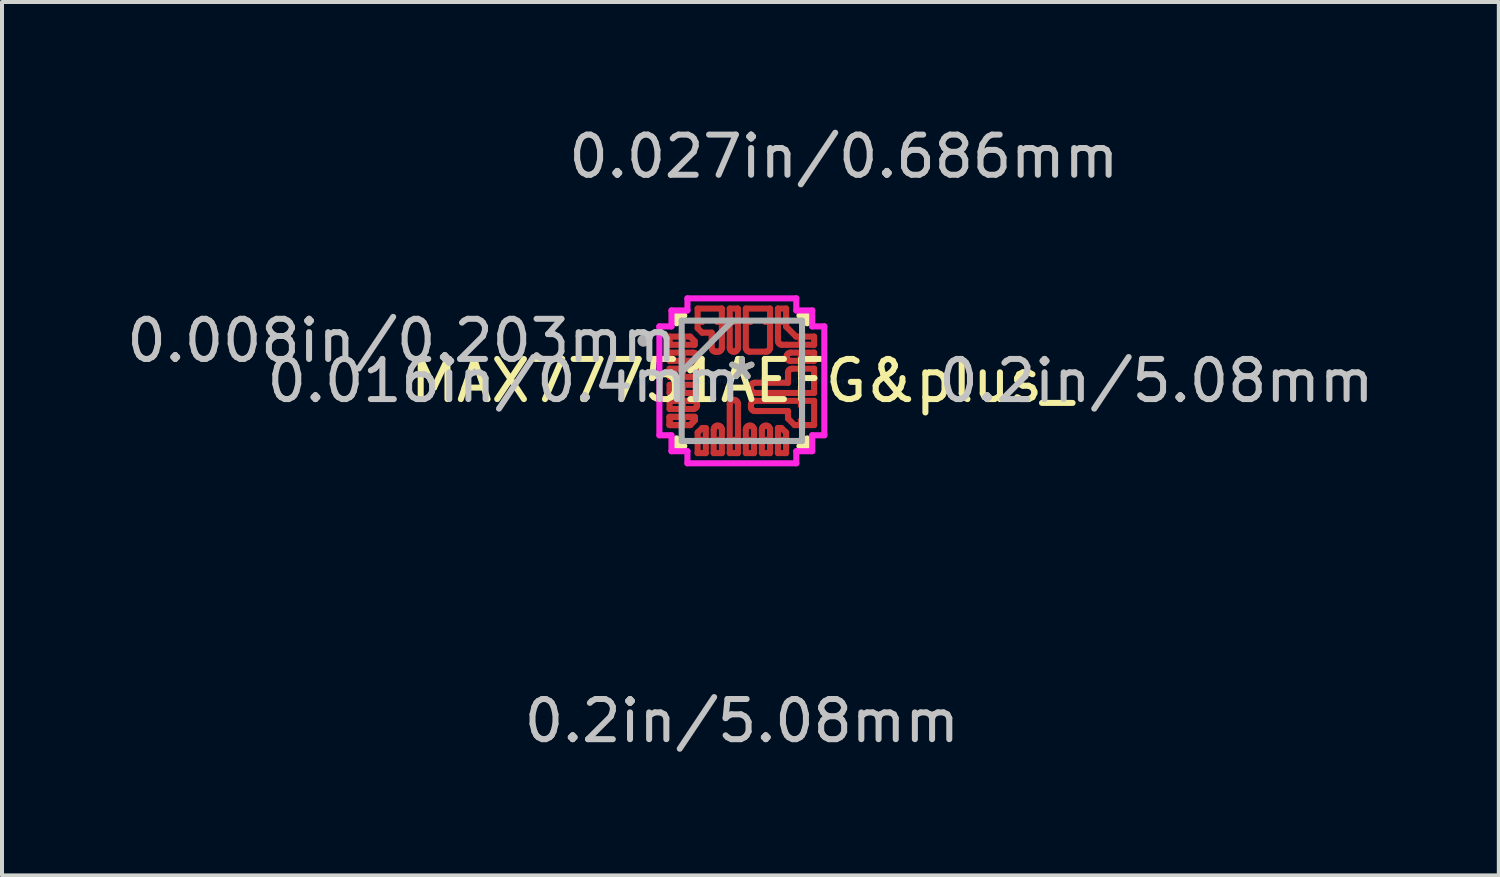
<source format=kicad_pcb>
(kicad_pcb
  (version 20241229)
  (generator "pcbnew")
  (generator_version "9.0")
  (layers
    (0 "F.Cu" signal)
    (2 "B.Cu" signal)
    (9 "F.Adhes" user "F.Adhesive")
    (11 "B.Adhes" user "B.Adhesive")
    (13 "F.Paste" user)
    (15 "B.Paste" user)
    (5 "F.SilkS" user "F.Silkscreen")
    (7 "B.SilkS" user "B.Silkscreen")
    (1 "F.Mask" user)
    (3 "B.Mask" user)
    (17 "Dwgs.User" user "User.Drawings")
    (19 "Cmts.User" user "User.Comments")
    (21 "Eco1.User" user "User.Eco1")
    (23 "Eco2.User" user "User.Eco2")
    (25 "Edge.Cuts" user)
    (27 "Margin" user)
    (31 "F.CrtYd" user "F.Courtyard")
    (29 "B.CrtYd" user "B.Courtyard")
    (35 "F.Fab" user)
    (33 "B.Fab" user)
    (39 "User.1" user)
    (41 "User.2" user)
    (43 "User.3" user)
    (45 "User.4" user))
  (footprint "MAX77751AEFG&plus_"
    (layer "F.Cu")
    (at 15.429 6.436)
    (property "Reference" "MAX77751AEFG&plus_" (at 0 0 0) (layer "F.SilkS") (effects (font (size 1 1) (thickness 0.15))))
    (attr through_hole)
    (fp_line (start -1.8 -1.102) (end -1.8 -0.898) (stroke (width 0.152) (type solid)) (layer "F.Cu"))
    (fp_line (start -1.8 -0.898) (end -1.175 -0.898) (stroke (width 0.152) (type solid)) (layer "F.Cu"))
    (fp_line (start -1.8 -0.702) (end -1.8 -0.498) (stroke (width 0.152) (type solid)) (layer "F.Cu"))
    (fp_line (start -1.8 -0.498) (end -1.216 -0.498) (stroke (width 0.152) (type solid)) (layer "F.Cu"))
    (fp_line (start -1.8 -0.302) (end -1.8 -0.098) (stroke (width 0.152) (type solid)) (layer "F.Cu"))
    (fp_line (start -1.8 -0.098) (end -1.216 -0.098) (stroke (width 0.152) (type solid)) (layer "F.Cu"))
    (fp_line (start -1.8 0.098) (end -1.8 0.302) (stroke (width 0.152) (type solid)) (layer "F.Cu"))
    (fp_line (start -1.8 0.302) (end -1.216 0.302) (stroke (width 0.152) (type solid)) (layer "F.Cu"))
    (fp_line (start -1.8 0.498) (end -1.8 0.702) (stroke (width 0.152) (type solid)) (layer "F.Cu"))
    (fp_line (start -1.8 0.702) (end -1.216 0.702) (stroke (width 0.152) (type solid)) (layer "F.Cu"))
    (fp_line (start -1.8 0.898) (end -1.175 0.898) (stroke (width 0.152) (type solid)) (layer "F.Cu"))
    (fp_line (start -1.8 0.898) (end -1.175 0.898) (stroke (width 0.152) (type solid)) (layer "F.Cu"))
    (fp_line (start -1.8 1.102) (end -1.8 0.898) (stroke (width 0.152) (type solid)) (layer "F.Cu"))
    (fp_line (start -1.8 1.102) (end -1.8 0.898) (stroke (width 0.152) (type solid)) (layer "F.Cu"))
    (fp_line (start -1.287 -1.102) (end -1.8 -1.102) (stroke (width 0.152) (type solid)) (layer "F.Cu"))
    (fp_line (start -1.287 1.102) (end -1.8 1.102) (stroke (width 0.152) (type solid)) (layer "F.Cu"))
    (fp_line (start -1.287 1.102) (end -1.8 1.102) (stroke (width 0.152) (type solid)) (layer "F.Cu"))
    (fp_line (start -1.216 -0.702) (end -1.8 -0.702) (stroke (width 0.152) (type solid)) (layer "F.Cu"))
    (fp_line (start -1.216 -0.498) (end -1.177 -0.506) (stroke (width 0.152) (type solid)) (layer "F.Cu"))
    (fp_line (start -1.216 -0.302) (end -1.8 -0.302) (stroke (width 0.152) (type solid)) (layer "F.Cu"))
    (fp_line (start -1.216 -0.098) (end -1.177 -0.106) (stroke (width 0.152) (type solid)) (layer "F.Cu"))
    (fp_line (start -1.216 0.098) (end -1.8 0.098) (stroke (width 0.152) (type solid)) (layer "F.Cu"))
    (fp_line (start -1.216 0.302) (end -1.177 0.294) (stroke (width 0.152) (type solid)) (layer "F.Cu"))
    (fp_line (start -1.216 0.498) (end -1.8 0.498) (stroke (width 0.152) (type solid)) (layer "F.Cu"))
    (fp_line (start -1.216 0.702) (end -1.177 0.694) (stroke (width 0.152) (type solid)) (layer "F.Cu"))
    (fp_line (start -1.177 -0.694) (end -1.216 -0.702) (stroke (width 0.152) (type solid)) (layer "F.Cu"))
    (fp_line (start -1.177 -0.506) (end -1.144 -0.528) (stroke (width 0.152) (type solid)) (layer "F.Cu"))
    (fp_line (start -1.177 -0.294) (end -1.216 -0.302) (stroke (width 0.152) (type solid)) (layer "F.Cu"))
    (fp_line (start -1.177 -0.106) (end -1.144 -0.128) (stroke (width 0.152) (type solid)) (layer "F.Cu"))
    (fp_line (start -1.177 0.106) (end -1.216 0.098) (stroke (width 0.152) (type solid)) (layer "F.Cu"))
    (fp_line (start -1.177 0.294) (end -1.144 0.272) (stroke (width 0.152) (type solid)) (layer "F.Cu"))
    (fp_line (start -1.177 0.506) (end -1.216 0.498) (stroke (width 0.152) (type solid)) (layer "F.Cu"))
    (fp_line (start -1.177 0.694) (end -1.144 0.672) (stroke (width 0.152) (type solid)) (layer "F.Cu"))
    (fp_line (start -1.175 -0.986) (end -1.287 -1.102) (stroke (width 0.152) (type solid)) (layer "F.Cu"))
    (fp_line (start -1.175 -0.898) (end -1.175 -0.986) (stroke (width 0.152) (type solid)) (layer "F.Cu"))
    (fp_line (start -1.175 0.898) (end -1.175 0.986) (stroke (width 0.152) (type solid)) (layer "F.Cu"))
    (fp_line (start -1.175 0.898) (end -1.175 0.986) (stroke (width 0.152) (type solid)) (layer "F.Cu"))
    (fp_line (start -1.175 0.986) (end -1.287 1.102) (stroke (width 0.152) (type solid)) (layer "F.Cu"))
    (fp_line (start -1.175 0.986) (end -1.287 1.102) (stroke (width 0.152) (type solid)) (layer "F.Cu"))
    (fp_line (start -1.144 -0.672) (end -1.177 -0.694) (stroke (width 0.152) (type solid)) (layer "F.Cu"))
    (fp_line (start -1.144 -0.528) (end -1.122 -0.561) (stroke (width 0.152) (type solid)) (layer "F.Cu"))
    (fp_line (start -1.144 -0.272) (end -1.177 -0.294) (stroke (width 0.152) (type solid)) (layer "F.Cu"))
    (fp_line (start -1.144 -0.128) (end -1.122 -0.161) (stroke (width 0.152) (type solid)) (layer "F.Cu"))
    (fp_line (start -1.144 0.128) (end -1.177 0.106) (stroke (width 0.152) (type solid)) (layer "F.Cu"))
    (fp_line (start -1.144 0.272) (end -1.122 0.239) (stroke (width 0.152) (type solid)) (layer "F.Cu"))
    (fp_line (start -1.144 0.528) (end -1.177 0.506) (stroke (width 0.152) (type solid)) (layer "F.Cu"))
    (fp_line (start -1.144 0.672) (end -1.122 0.639) (stroke (width 0.152) (type solid)) (layer "F.Cu"))
    (fp_line (start -1.122 -0.639) (end -1.144 -0.672) (stroke (width 0.152) (type solid)) (layer "F.Cu"))
    (fp_line (start -1.122 -0.561) (end -1.115 -0.6) (stroke (width 0.152) (type solid)) (layer "F.Cu"))
    (fp_line (start -1.122 -0.239) (end -1.144 -0.272) (stroke (width 0.152) (type solid)) (layer "F.Cu"))
    (fp_line (start -1.122 -0.161) (end -1.115 -0.2) (stroke (width 0.152) (type solid)) (layer "F.Cu"))
    (fp_line (start -1.122 0.161) (end -1.144 0.128) (stroke (width 0.152) (type solid)) (layer "F.Cu"))
    (fp_line (start -1.122 0.239) (end -1.115 0.2) (stroke (width 0.152) (type solid)) (layer "F.Cu"))
    (fp_line (start -1.122 0.561) (end -1.144 0.528) (stroke (width 0.152) (type solid)) (layer "F.Cu"))
    (fp_line (start -1.122 0.639) (end -1.115 0.6) (stroke (width 0.152) (type solid)) (layer "F.Cu"))
    (fp_line (start -1.115 -0.6) (end -1.122 -0.639) (stroke (width 0.152) (type solid)) (layer "F.Cu"))
    (fp_line (start -1.115 -0.2) (end -1.122 -0.239) (stroke (width 0.152) (type solid)) (layer "F.Cu"))
    (fp_line (start -1.115 0.2) (end -1.122 0.161) (stroke (width 0.152) (type solid)) (layer "F.Cu"))
    (fp_line (start -1.115 0.6) (end -1.122 0.561) (stroke (width 0.152) (type solid)) (layer "F.Cu"))
    (fp_line (start -1.102 -1.8) (end -0.498 -1.8) (stroke (width 0.152) (type solid)) (layer "F.Cu"))
    (fp_line (start -1.102 -1.312) (end -1.102 -1.8) (stroke (width 0.152) (type solid)) (layer "F.Cu"))
    (fp_line (start -1.102 1.287) (end -1.102 1.8) (stroke (width 0.152) (type solid)) (layer "F.Cu"))
    (fp_line (start -1.102 1.8) (end -0.898 1.8) (stroke (width 0.152) (type solid)) (layer "F.Cu"))
    (fp_line (start -0.99 -1.2) (end -1.102 -1.312) (stroke (width 0.152) (type solid)) (layer "F.Cu"))
    (fp_line (start -0.986 1.175) (end -1.102 1.287) (stroke (width 0.152) (type solid)) (layer "F.Cu"))
    (fp_line (start -0.898 1.175) (end -0.986 1.175) (stroke (width 0.152) (type solid)) (layer "F.Cu"))
    (fp_line (start -0.898 1.8) (end -0.898 1.175) (stroke (width 0.152) (type solid)) (layer "F.Cu"))
    (fp_line (start -0.753 -0.827) (end -0.752 -1.2) (stroke (width 0.152) (type solid)) (layer "F.Cu"))
    (fp_line (start -0.752 -1.2) (end -0.99 -1.2) (stroke (width 0.152) (type solid)) (layer "F.Cu"))
    (fp_line (start -0.745 -0.788) (end -0.753 -0.827) (stroke (width 0.152) (type solid)) (layer "F.Cu"))
    (fp_line (start -0.723 -0.755) (end -0.745 -0.788) (stroke (width 0.152) (type solid)) (layer "F.Cu"))
    (fp_line (start -0.702 1.216) (end -0.702 1.8) (stroke (width 0.152) (type solid)) (layer "F.Cu"))
    (fp_line (start -0.702 1.8) (end -0.498 1.8) (stroke (width 0.152) (type solid)) (layer "F.Cu"))
    (fp_line (start -0.694 1.177) (end -0.702 1.216) (stroke (width 0.152) (type solid)) (layer "F.Cu"))
    (fp_line (start -0.69 -0.733) (end -0.723 -0.755) (stroke (width 0.152) (type solid)) (layer "F.Cu"))
    (fp_line (start -0.672 1.144) (end -0.694 1.177) (stroke (width 0.152) (type solid)) (layer "F.Cu"))
    (fp_line (start -0.651 -0.726) (end -0.69 -0.733) (stroke (width 0.152) (type solid)) (layer "F.Cu"))
    (fp_line (start -0.639 1.122) (end -0.672 1.144) (stroke (width 0.152) (type solid)) (layer "F.Cu"))
    (fp_line (start -0.6 -0.726) (end -0.651 -0.726) (stroke (width 0.152) (type solid)) (layer "F.Cu"))
    (fp_line (start -0.6 1.115) (end -0.639 1.122) (stroke (width 0.152) (type solid)) (layer "F.Cu"))
    (fp_line (start -0.561 -0.733) (end -0.6 -0.726) (stroke (width 0.152) (type solid)) (layer "F.Cu"))
    (fp_line (start -0.561 1.122) (end -0.6 1.115) (stroke (width 0.152) (type solid)) (layer "F.Cu"))
    (fp_line (start -0.528 -0.755) (end -0.561 -0.733) (stroke (width 0.152) (type solid)) (layer "F.Cu"))
    (fp_line (start -0.528 1.144) (end -0.561 1.122) (stroke (width 0.152) (type solid)) (layer "F.Cu"))
    (fp_line (start -0.506 -0.788) (end -0.528 -0.755) (stroke (width 0.152) (type solid)) (layer "F.Cu"))
    (fp_line (start -0.506 1.177) (end -0.528 1.144) (stroke (width 0.152) (type solid)) (layer "F.Cu"))
    (fp_line (start -0.498 -1.8) (end -0.498 -0.827) (stroke (width 0.152) (type solid)) (layer "F.Cu"))
    (fp_line (start -0.498 -0.827) (end -0.506 -0.788) (stroke (width 0.152) (type solid)) (layer "F.Cu"))
    (fp_line (start -0.498 1.216) (end -0.506 1.177) (stroke (width 0.152) (type solid)) (layer "F.Cu"))
    (fp_line (start -0.498 1.8) (end -0.498 1.216) (stroke (width 0.152) (type solid)) (layer "F.Cu"))
    (fp_line (start -0.302 -1.8) (end -0.302 -0.827) (stroke (width 0.152) (type solid)) (layer "F.Cu"))
    (fp_line (start -0.302 -0.827) (end -0.294 -0.788) (stroke (width 0.152) (type solid)) (layer "F.Cu"))
    (fp_line (start -0.302 0.576) (end -0.302 1.8) (stroke (width 0.152) (type solid)) (layer "F.Cu"))
    (fp_line (start -0.302 1.8) (end -0.098 1.8) (stroke (width 0.152) (type solid)) (layer "F.Cu"))
    (fp_line (start -0.294 -0.788) (end -0.272 -0.755) (stroke (width 0.152) (type solid)) (layer "F.Cu"))
    (fp_line (start -0.294 0.537) (end -0.302 0.576) (stroke (width 0.152) (type solid)) (layer "F.Cu"))
    (fp_line (start -0.272 -0.755) (end -0.239 -0.733) (stroke (width 0.152) (type solid)) (layer "F.Cu"))
    (fp_line (start -0.272 0.504) (end -0.294 0.537) (stroke (width 0.152) (type solid)) (layer "F.Cu"))
    (fp_line (start -0.239 -0.733) (end -0.2 -0.726) (stroke (width 0.152) (type solid)) (layer "F.Cu"))
    (fp_line (start -0.239 0.482) (end -0.272 0.504) (stroke (width 0.152) (type solid)) (layer "F.Cu"))
    (fp_line (start -0.2 -0.726) (end -0.161 -0.733) (stroke (width 0.152) (type solid)) (layer "F.Cu"))
    (fp_line (start -0.2 0.474) (end -0.239 0.482) (stroke (width 0.152) (type solid)) (layer "F.Cu"))
    (fp_line (start -0.161 -0.733) (end -0.128 -0.755) (stroke (width 0.152) (type solid)) (layer "F.Cu"))
    (fp_line (start -0.161 0.482) (end -0.2 0.474) (stroke (width 0.152) (type solid)) (layer "F.Cu"))
    (fp_line (start -0.128 -0.755) (end -0.106 -0.788) (stroke (width 0.152) (type solid)) (layer "F.Cu"))
    (fp_line (start -0.128 0.504) (end -0.161 0.482) (stroke (width 0.152) (type solid)) (layer "F.Cu"))
    (fp_line (start -0.106 -0.788) (end -0.098 -0.827) (stroke (width 0.152) (type solid)) (layer "F.Cu"))
    (fp_line (start -0.106 0.537) (end -0.128 0.504) (stroke (width 0.152) (type solid)) (layer "F.Cu"))
    (fp_line (start -0.098 -1.8) (end -0.302 -1.8) (stroke (width 0.152) (type solid)) (layer "F.Cu"))
    (fp_line (start -0.098 -0.827) (end -0.098 -1.8) (stroke (width 0.152) (type solid)) (layer "F.Cu"))
    (fp_line (start -0.098 0.576) (end -0.106 0.537) (stroke (width 0.152) (type solid)) (layer "F.Cu"))
    (fp_line (start -0.098 1.8) (end -0.098 0.576) (stroke (width 0.152) (type solid)) (layer "F.Cu"))
    (fp_line (start 0.098 -1.8) (end 0.702 -1.8) (stroke (width 0.152) (type solid)) (layer "F.Cu"))
    (fp_line (start 0.098 -0.827) (end 0.098 -1.8) (stroke (width 0.152) (type solid)) (layer "F.Cu"))
    (fp_line (start 0.098 1.216) (end 0.098 1.8) (stroke (width 0.152) (type solid)) (layer "F.Cu"))
    (fp_line (start 0.098 1.8) (end 0.302 1.8) (stroke (width 0.152) (type solid)) (layer "F.Cu"))
    (fp_line (start 0.106 -0.788) (end 0.098 -0.827) (stroke (width 0.152) (type solid)) (layer "F.Cu"))
    (fp_line (start 0.106 1.177) (end 0.098 1.216) (stroke (width 0.152) (type solid)) (layer "F.Cu"))
    (fp_line (start 0.128 -0.755) (end 0.106 -0.788) (stroke (width 0.152) (type solid)) (layer "F.Cu"))
    (fp_line (start 0.128 1.144) (end 0.106 1.177) (stroke (width 0.152) (type solid)) (layer "F.Cu"))
    (fp_line (start 0.161 -0.733) (end 0.128 -0.755) (stroke (width 0.152) (type solid)) (layer "F.Cu"))
    (fp_line (start 0.161 1.122) (end 0.128 1.144) (stroke (width 0.152) (type solid)) (layer "F.Cu"))
    (fp_line (start 0.2 -0.726) (end 0.161 -0.733) (stroke (width 0.152) (type solid)) (layer "F.Cu"))
    (fp_line (start 0.2 1.115) (end 0.161 1.122) (stroke (width 0.152) (type solid)) (layer "F.Cu"))
    (fp_line (start 0.226 0.149) (end 0.233 0.11) (stroke (width 0.152) (type solid)) (layer "F.Cu"))
    (fp_line (start 0.226 0.2) (end 0.226 0.149) (stroke (width 0.152) (type solid)) (layer "F.Cu"))
    (fp_line (start 0.226 0.6) (end 0.226 0.651) (stroke (width 0.152) (type solid)) (layer "F.Cu"))
    (fp_line (start 0.226 0.651) (end 0.233 0.69) (stroke (width 0.152) (type solid)) (layer "F.Cu"))
    (fp_line (start 0.233 0.11) (end 0.255 0.077) (stroke (width 0.152) (type solid)) (layer "F.Cu"))
    (fp_line (start 0.233 0.239) (end 0.226 0.2) (stroke (width 0.152) (type solid)) (layer "F.Cu"))
    (fp_line (start 0.233 0.561) (end 0.226 0.6) (stroke (width 0.152) (type solid)) (layer "F.Cu"))
    (fp_line (start 0.233 0.69) (end 0.255 0.723) (stroke (width 0.152) (type solid)) (layer "F.Cu"))
    (fp_line (start 0.239 1.122) (end 0.2 1.115) (stroke (width 0.152) (type solid)) (layer "F.Cu"))
    (fp_line (start 0.255 0.077) (end 0.288 0.055) (stroke (width 0.152) (type solid)) (layer "F.Cu"))
    (fp_line (start 0.255 0.272) (end 0.233 0.239) (stroke (width 0.152) (type solid)) (layer "F.Cu"))
    (fp_line (start 0.255 0.528) (end 0.233 0.561) (stroke (width 0.152) (type solid)) (layer "F.Cu"))
    (fp_line (start 0.255 0.723) (end 0.288 0.745) (stroke (width 0.152) (type solid)) (layer "F.Cu"))
    (fp_line (start 0.272 1.144) (end 0.239 1.122) (stroke (width 0.152) (type solid)) (layer "F.Cu"))
    (fp_line (start 0.288 0.055) (end 0.327 0.047) (stroke (width 0.152) (type solid)) (layer "F.Cu"))
    (fp_line (start 0.288 0.294) (end 0.255 0.272) (stroke (width 0.152) (type solid)) (layer "F.Cu"))
    (fp_line (start 0.288 0.506) (end 0.255 0.528) (stroke (width 0.152) (type solid)) (layer "F.Cu"))
    (fp_line (start 0.288 0.745) (end 0.327 0.753) (stroke (width 0.152) (type solid)) (layer "F.Cu"))
    (fp_line (start 0.294 1.177) (end 0.272 1.144) (stroke (width 0.152) (type solid)) (layer "F.Cu"))
    (fp_line (start 0.302 1.216) (end 0.294 1.177) (stroke (width 0.152) (type solid)) (layer "F.Cu"))
    (fp_line (start 0.302 1.8) (end 0.302 1.216) (stroke (width 0.152) (type solid)) (layer "F.Cu"))
    (fp_line (start 0.327 0.047) (end 1.15 0.048) (stroke (width 0.152) (type solid)) (layer "F.Cu"))
    (fp_line (start 0.327 0.302) (end 0.288 0.294) (stroke (width 0.152) (type solid)) (layer "F.Cu"))
    (fp_line (start 0.327 0.498) (end 0.288 0.506) (stroke (width 0.152) (type solid)) (layer "F.Cu"))
    (fp_line (start 0.327 0.753) (end 1.15 0.752) (stroke (width 0.152) (type solid)) (layer "F.Cu"))
    (fp_line (start 0.498 1.216) (end 0.498 1.8) (stroke (width 0.152) (type solid)) (layer "F.Cu"))
    (fp_line (start 0.498 1.8) (end 0.702 1.8) (stroke (width 0.152) (type solid)) (layer "F.Cu"))
    (fp_line (start 0.506 1.177) (end 0.498 1.216) (stroke (width 0.152) (type solid)) (layer "F.Cu"))
    (fp_line (start 0.528 1.144) (end 0.506 1.177) (stroke (width 0.152) (type solid)) (layer "F.Cu"))
    (fp_line (start 0.561 1.122) (end 0.528 1.144) (stroke (width 0.152) (type solid)) (layer "F.Cu"))
    (fp_line (start 0.6 -0.726) (end 0.2 -0.726) (stroke (width 0.152) (type solid)) (layer "F.Cu"))
    (fp_line (start 0.6 1.115) (end 0.561 1.122) (stroke (width 0.152) (type solid)) (layer "F.Cu"))
    (fp_line (start 0.639 -0.733) (end 0.6 -0.726) (stroke (width 0.152) (type solid)) (layer "F.Cu"))
    (fp_line (start 0.639 1.122) (end 0.6 1.115) (stroke (width 0.152) (type solid)) (layer "F.Cu"))
    (fp_line (start 0.672 -0.755) (end 0.639 -0.733) (stroke (width 0.152) (type solid)) (layer "F.Cu"))
    (fp_line (start 0.672 1.144) (end 0.639 1.122) (stroke (width 0.152) (type solid)) (layer "F.Cu"))
    (fp_line (start 0.694 -0.788) (end 0.672 -0.755) (stroke (width 0.152) (type solid)) (layer "F.Cu"))
    (fp_line (start 0.694 1.177) (end 0.672 1.144) (stroke (width 0.152) (type solid)) (layer "F.Cu"))
    (fp_line (start 0.702 -1.8) (end 0.702 -0.827) (stroke (width 0.152) (type solid)) (layer "F.Cu"))
    (fp_line (start 0.702 -0.827) (end 0.694 -0.788) (stroke (width 0.152) (type solid)) (layer "F.Cu"))
    (fp_line (start 0.702 1.216) (end 0.694 1.177) (stroke (width 0.152) (type solid)) (layer "F.Cu"))
    (fp_line (start 0.702 1.8) (end 0.702 1.216) (stroke (width 0.152) (type solid)) (layer "F.Cu"))
    (fp_line (start 0.898 -1.8) (end 1.102 -1.8) (stroke (width 0.152) (type solid)) (layer "F.Cu"))
    (fp_line (start 0.898 -1.114) (end 0.898 -1.8) (stroke (width 0.152) (type solid)) (layer "F.Cu"))
    (fp_line (start 0.898 1.175) (end 0.986 1.175) (stroke (width 0.152) (type solid)) (layer "F.Cu"))
    (fp_line (start 0.898 1.8) (end 0.898 1.175) (stroke (width 0.152) (type solid)) (layer "F.Cu"))
    (fp_line (start 0.899 -1) (end 0.898 -1.114) (stroke (width 0.152) (type solid)) (layer "F.Cu"))
    (fp_line (start 0.907 -0.961) (end 0.899 -1) (stroke (width 0.152) (type solid)) (layer "F.Cu"))
    (fp_line (start 0.929 -0.928) (end 0.907 -0.961) (stroke (width 0.152) (type solid)) (layer "F.Cu"))
    (fp_line (start 0.962 -0.906) (end 0.929 -0.928) (stroke (width 0.152) (type solid)) (layer "F.Cu"))
    (fp_line (start 0.986 1.175) (end 1.102 1.287) (stroke (width 0.152) (type solid)) (layer "F.Cu"))
    (fp_line (start 1.001 -0.898) (end 0.962 -0.906) (stroke (width 0.152) (type solid)) (layer "F.Cu"))
    (fp_line (start 1.102 -1.8) (end 1.102 -1.35) (stroke (width 0.152) (type solid)) (layer "F.Cu"))
    (fp_line (start 1.102 -1.35) (end 1.35 -1.102) (stroke (width 0.152) (type solid)) (layer "F.Cu"))
    (fp_line (start 1.102 1.287) (end 1.102 1.8) (stroke (width 0.152) (type solid)) (layer "F.Cu"))
    (fp_line (start 1.102 1.8) (end 0.898 1.8) (stroke (width 0.152) (type solid)) (layer "F.Cu"))
    (fp_line (start 1.114 -0.898) (end 1.001 -0.898) (stroke (width 0.152) (type solid)) (layer "F.Cu"))
    (fp_line (start 1.115 -0.6) (end 1.122 -0.561) (stroke (width 0.152) (type solid)) (layer "F.Cu"))
    (fp_line (start 1.122 -0.639) (end 1.115 -0.6) (stroke (width 0.152) (type solid)) (layer "F.Cu"))
    (fp_line (start 1.122 -0.561) (end 1.144 -0.528) (stroke (width 0.152) (type solid)) (layer "F.Cu"))
    (fp_line (start 1.144 -0.672) (end 1.122 -0.639) (stroke (width 0.152) (type solid)) (layer "F.Cu"))
    (fp_line (start 1.144 -0.528) (end 1.177 -0.506) (stroke (width 0.152) (type solid)) (layer "F.Cu"))
    (fp_line (start 1.149 -0.2) (end 1.157 -0.239) (stroke (width 0.152) (type solid)) (layer "F.Cu"))
    (fp_line (start 1.15 0.048) (end 1.149 -0.2) (stroke (width 0.152) (type solid)) (layer "F.Cu"))
    (fp_line (start 1.15 0.752) (end 1.15 0.94) (stroke (width 0.152) (type solid)) (layer "F.Cu"))
    (fp_line (start 1.15 0.94) (end 1.312 1.102) (stroke (width 0.152) (type solid)) (layer "F.Cu"))
    (fp_line (start 1.157 -0.239) (end 1.179 -0.272) (stroke (width 0.152) (type solid)) (layer "F.Cu"))
    (fp_line (start 1.177 -0.694) (end 1.144 -0.672) (stroke (width 0.152) (type solid)) (layer "F.Cu"))
    (fp_line (start 1.177 -0.506) (end 1.216 -0.498) (stroke (width 0.152) (type solid)) (layer "F.Cu"))
    (fp_line (start 1.179 -0.272) (end 1.212 -0.294) (stroke (width 0.152) (type solid)) (layer "F.Cu"))
    (fp_line (start 1.212 -0.294) (end 1.251 -0.302) (stroke (width 0.152) (type solid)) (layer "F.Cu"))
    (fp_line (start 1.216 -0.702) (end 1.177 -0.694) (stroke (width 0.152) (type solid)) (layer "F.Cu"))
    (fp_line (start 1.216 -0.498) (end 1.8 -0.498) (stroke (width 0.152) (type solid)) (layer "F.Cu"))
    (fp_line (start 1.251 -0.302) (end 1.8 -0.302) (stroke (width 0.152) (type solid)) (layer "F.Cu"))
    (fp_line (start 1.312 1.102) (end 1.8 1.102) (stroke (width 0.152) (type solid)) (layer "F.Cu"))
    (fp_line (start 1.35 -1.102) (end 1.8 -1.102) (stroke (width 0.152) (type solid)) (layer "F.Cu"))
    (fp_line (start 1.8 -1.102) (end 1.8 -0.898) (stroke (width 0.152) (type solid)) (layer "F.Cu"))
    (fp_line (start 1.8 -0.898) (end 1.114 -0.898) (stroke (width 0.152) (type solid)) (layer "F.Cu"))
    (fp_line (start 1.8 -0.702) (end 1.216 -0.702) (stroke (width 0.152) (type solid)) (layer "F.Cu"))
    (fp_line (start 1.8 -0.498) (end 1.8 -0.702) (stroke (width 0.152) (type solid)) (layer "F.Cu"))
    (fp_line (start 1.8 -0.302) (end 1.8 0.302) (stroke (width 0.152) (type solid)) (layer "F.Cu"))
    (fp_line (start 1.8 0.302) (end 0.327 0.302) (stroke (width 0.152) (type solid)) (layer "F.Cu"))
    (fp_line (start 1.8 0.498) (end 0.327 0.498) (stroke (width 0.152) (type solid)) (layer "F.Cu"))
    (fp_line (start 1.8 1.102) (end 1.8 0.498) (stroke (width 0.152) (type solid)) (layer "F.Cu"))
    (fp_line (start -1.8 -1.102) (end -1.8 -0.898) (stroke (width 0.152) (type solid)) (layer "F.Mask"))
    (fp_line (start -1.8 -0.898) (end -1.175 -0.898) (stroke (width 0.152) (type solid)) (layer "F.Mask"))
    (fp_line (start -1.8 -0.702) (end -1.8 -0.498) (stroke (width 0.152) (type solid)) (layer "F.Mask"))
    (fp_line (start -1.8 -0.498) (end -1.216 -0.498) (stroke (width 0.152) (type solid)) (layer "F.Mask"))
    (fp_line (start -1.8 -0.302) (end -1.8 -0.098) (stroke (width 0.152) (type solid)) (layer "F.Mask"))
    (fp_line (start -1.8 -0.098) (end -1.216 -0.098) (stroke (width 0.152) (type solid)) (layer "F.Mask"))
    (fp_line (start -1.8 0.098) (end -1.8 0.302) (stroke (width 0.152) (type solid)) (layer "F.Mask"))
    (fp_line (start -1.8 0.302) (end -1.216 0.302) (stroke (width 0.152) (type solid)) (layer "F.Mask"))
    (fp_line (start -1.8 0.498) (end -1.8 0.702) (stroke (width 0.152) (type solid)) (layer "F.Mask"))
    (fp_line (start -1.8 0.702) (end -1.216 0.702) (stroke (width 0.152) (type solid)) (layer "F.Mask"))
    (fp_line (start -1.8 0.898) (end -1.175 0.898) (stroke (width 0.152) (type solid)) (layer "F.Mask"))
    (fp_line (start -1.8 1.102) (end -1.8 0.898) (stroke (width 0.152) (type solid)) (layer "F.Mask"))
    (fp_line (start -1.287 -1.102) (end -1.8 -1.102) (stroke (width 0.152) (type solid)) (layer "F.Mask"))
    (fp_line (start -1.287 1.102) (end -1.8 1.102) (stroke (width 0.152) (type solid)) (layer "F.Mask"))
    (fp_line (start -1.216 -0.702) (end -1.8 -0.702) (stroke (width 0.152) (type solid)) (layer "F.Mask"))
    (fp_line (start -1.216 -0.498) (end -1.177 -0.506) (stroke (width 0.152) (type solid)) (layer "F.Mask"))
    (fp_line (start -1.216 -0.302) (end -1.8 -0.302) (stroke (width 0.152) (type solid)) (layer "F.Mask"))
    (fp_line (start -1.216 -0.098) (end -1.177 -0.106) (stroke (width 0.152) (type solid)) (layer "F.Mask"))
    (fp_line (start -1.216 0.098) (end -1.8 0.098) (stroke (width 0.152) (type solid)) (layer "F.Mask"))
    (fp_line (start -1.216 0.302) (end -1.177 0.294) (stroke (width 0.152) (type solid)) (layer "F.Mask"))
    (fp_line (start -1.216 0.498) (end -1.8 0.498) (stroke (width 0.152) (type solid)) (layer "F.Mask"))
    (fp_line (start -1.216 0.702) (end -1.177 0.694) (stroke (width 0.152) (type solid)) (layer "F.Mask"))
    (fp_line (start -1.177 -0.694) (end -1.216 -0.702) (stroke (width 0.152) (type solid)) (layer "F.Mask"))
    (fp_line (start -1.177 -0.506) (end -1.144 -0.528) (stroke (width 0.152) (type solid)) (layer "F.Mask"))
    (fp_line (start -1.177 -0.294) (end -1.216 -0.302) (stroke (width 0.152) (type solid)) (layer "F.Mask"))
    (fp_line (start -1.177 -0.106) (end -1.144 -0.128) (stroke (width 0.152) (type solid)) (layer "F.Mask"))
    (fp_line (start -1.177 0.106) (end -1.216 0.098) (stroke (width 0.152) (type solid)) (layer "F.Mask"))
    (fp_line (start -1.177 0.294) (end -1.144 0.272) (stroke (width 0.152) (type solid)) (layer "F.Mask"))
    (fp_line (start -1.177 0.506) (end -1.216 0.498) (stroke (width 0.152) (type solid)) (layer "F.Mask"))
    (fp_line (start -1.177 0.694) (end -1.144 0.672) (stroke (width 0.152) (type solid)) (layer "F.Mask"))
    (fp_line (start -1.175 -0.986) (end -1.287 -1.102) (stroke (width 0.152) (type solid)) (layer "F.Mask"))
    (fp_line (start -1.175 -0.898) (end -1.175 -0.986) (stroke (width 0.152) (type solid)) (layer "F.Mask"))
    (fp_line (start -1.175 0.898) (end -1.175 0.986) (stroke (width 0.152) (type solid)) (layer "F.Mask"))
    (fp_line (start -1.175 0.986) (end -1.287 1.102) (stroke (width 0.152) (type solid)) (layer "F.Mask"))
    (fp_line (start -1.144 -0.672) (end -1.177 -0.694) (stroke (width 0.152) (type solid)) (layer "F.Mask"))
    (fp_line (start -1.144 -0.528) (end -1.122 -0.561) (stroke (width 0.152) (type solid)) (layer "F.Mask"))
    (fp_line (start -1.144 -0.272) (end -1.177 -0.294) (stroke (width 0.152) (type solid)) (layer "F.Mask"))
    (fp_line (start -1.144 -0.128) (end -1.122 -0.161) (stroke (width 0.152) (type solid)) (layer "F.Mask"))
    (fp_line (start -1.144 0.128) (end -1.177 0.106) (stroke (width 0.152) (type solid)) (layer "F.Mask"))
    (fp_line (start -1.144 0.272) (end -1.122 0.239) (stroke (width 0.152) (type solid)) (layer "F.Mask"))
    (fp_line (start -1.144 0.528) (end -1.177 0.506) (stroke (width 0.152) (type solid)) (layer "F.Mask"))
    (fp_line (start -1.144 0.672) (end -1.122 0.639) (stroke (width 0.152) (type solid)) (layer "F.Mask"))
    (fp_line (start -1.122 -0.639) (end -1.144 -0.672) (stroke (width 0.152) (type solid)) (layer "F.Mask"))
    (fp_line (start -1.122 -0.561) (end -1.115 -0.6) (stroke (width 0.152) (type solid)) (layer "F.Mask"))
    (fp_line (start -1.122 -0.239) (end -1.144 -0.272) (stroke (width 0.152) (type solid)) (layer "F.Mask"))
    (fp_line (start -1.122 -0.161) (end -1.115 -0.2) (stroke (width 0.152) (type solid)) (layer "F.Mask"))
    (fp_line (start -1.122 0.161) (end -1.144 0.128) (stroke (width 0.152) (type solid)) (layer "F.Mask"))
    (fp_line (start -1.122 0.239) (end -1.115 0.2) (stroke (width 0.152) (type solid)) (layer "F.Mask"))
    (fp_line (start -1.122 0.561) (end -1.144 0.528) (stroke (width 0.152) (type solid)) (layer "F.Mask"))
    (fp_line (start -1.122 0.639) (end -1.115 0.6) (stroke (width 0.152) (type solid)) (layer "F.Mask"))
    (fp_line (start -1.115 -0.6) (end -1.122 -0.639) (stroke (width 0.152) (type solid)) (layer "F.Mask"))
    (fp_line (start -1.115 -0.2) (end -1.122 -0.239) (stroke (width 0.152) (type solid)) (layer "F.Mask"))
    (fp_line (start -1.115 0.2) (end -1.122 0.161) (stroke (width 0.152) (type solid)) (layer "F.Mask"))
    (fp_line (start -1.115 0.6) (end -1.122 0.561) (stroke (width 0.152) (type solid)) (layer "F.Mask"))
    (fp_line (start -1.102 -1.8) (end -0.498 -1.8) (stroke (width 0.152) (type solid)) (layer "F.Mask"))
    (fp_line (start -1.102 -1.312) (end -1.102 -1.8) (stroke (width 0.152) (type solid)) (layer "F.Mask"))
    (fp_line (start -1.102 1.287) (end -1.102 1.8) (stroke (width 0.152) (type solid)) (layer "F.Mask"))
    (fp_line (start -1.102 1.8) (end -0.898 1.8) (stroke (width 0.152) (type solid)) (layer "F.Mask"))
    (fp_line (start -0.99 -1.2) (end -1.102 -1.312) (stroke (width 0.152) (type solid)) (layer "F.Mask"))
    (fp_line (start -0.986 1.175) (end -1.102 1.287) (stroke (width 0.152) (type solid)) (layer "F.Mask"))
    (fp_line (start -0.898 1.175) (end -0.986 1.175) (stroke (width 0.152) (type solid)) (layer "F.Mask"))
    (fp_line (start -0.898 1.8) (end -0.898 1.175) (stroke (width 0.152) (type solid)) (layer "F.Mask"))
    (fp_line (start -0.753 -0.827) (end -0.752 -1.2) (stroke (width 0.152) (type solid)) (layer "F.Mask"))
    (fp_line (start -0.752 -1.2) (end -0.99 -1.2) (stroke (width 0.152) (type solid)) (layer "F.Mask"))
    (fp_line (start -0.745 -0.788) (end -0.753 -0.827) (stroke (width 0.152) (type solid)) (layer "F.Mask"))
    (fp_line (start -0.723 -0.755) (end -0.745 -0.788) (stroke (width 0.152) (type solid)) (layer "F.Mask"))
    (fp_line (start -0.702 1.216) (end -0.702 1.8) (stroke (width 0.152) (type solid)) (layer "F.Mask"))
    (fp_line (start -0.702 1.8) (end -0.498 1.8) (stroke (width 0.152) (type solid)) (layer "F.Mask"))
    (fp_line (start -0.694 1.177) (end -0.702 1.216) (stroke (width 0.152) (type solid)) (layer "F.Mask"))
    (fp_line (start -0.69 -0.733) (end -0.723 -0.755) (stroke (width 0.152) (type solid)) (layer "F.Mask"))
    (fp_line (start -0.672 1.144) (end -0.694 1.177) (stroke (width 0.152) (type solid)) (layer "F.Mask"))
    (fp_line (start -0.651 -0.726) (end -0.69 -0.733) (stroke (width 0.152) (type solid)) (layer "F.Mask"))
    (fp_line (start -0.639 1.122) (end -0.672 1.144) (stroke (width 0.152) (type solid)) (layer "F.Mask"))
    (fp_line (start -0.6 -0.726) (end -0.651 -0.726) (stroke (width 0.152) (type solid)) (layer "F.Mask"))
    (fp_line (start -0.6 1.115) (end -0.639 1.122) (stroke (width 0.152) (type solid)) (layer "F.Mask"))
    (fp_line (start -0.561 -0.733) (end -0.6 -0.726) (stroke (width 0.152) (type solid)) (layer "F.Mask"))
    (fp_line (start -0.561 1.122) (end -0.6 1.115) (stroke (width 0.152) (type solid)) (layer "F.Mask"))
    (fp_line (start -0.528 -0.755) (end -0.561 -0.733) (stroke (width 0.152) (type solid)) (layer "F.Mask"))
    (fp_line (start -0.528 1.144) (end -0.561 1.122) (stroke (width 0.152) (type solid)) (layer "F.Mask"))
    (fp_line (start -0.506 -0.788) (end -0.528 -0.755) (stroke (width 0.152) (type solid)) (layer "F.Mask"))
    (fp_line (start -0.506 1.177) (end -0.528 1.144) (stroke (width 0.152) (type solid)) (layer "F.Mask"))
    (fp_line (start -0.498 -1.8) (end -0.498 -0.827) (stroke (width 0.152) (type solid)) (layer "F.Mask"))
    (fp_line (start -0.498 -0.827) (end -0.506 -0.788) (stroke (width 0.152) (type solid)) (layer "F.Mask"))
    (fp_line (start -0.498 1.216) (end -0.506 1.177) (stroke (width 0.152) (type solid)) (layer "F.Mask"))
    (fp_line (start -0.498 1.8) (end -0.498 1.216) (stroke (width 0.152) (type solid)) (layer "F.Mask"))
    (fp_line (start -0.302 -1.8) (end -0.302 -0.827) (stroke (width 0.152) (type solid)) (layer "F.Mask"))
    (fp_line (start -0.302 -0.827) (end -0.294 -0.788) (stroke (width 0.152) (type solid)) (layer "F.Mask"))
    (fp_line (start -0.302 0.576) (end -0.302 1.8) (stroke (width 0.152) (type solid)) (layer "F.Mask"))
    (fp_line (start -0.302 1.8) (end -0.098 1.8) (stroke (width 0.152) (type solid)) (layer "F.Mask"))
    (fp_line (start -0.294 -0.788) (end -0.272 -0.755) (stroke (width 0.152) (type solid)) (layer "F.Mask"))
    (fp_line (start -0.294 0.537) (end -0.302 0.576) (stroke (width 0.152) (type solid)) (layer "F.Mask"))
    (fp_line (start -0.272 -0.755) (end -0.239 -0.733) (stroke (width 0.152) (type solid)) (layer "F.Mask"))
    (fp_line (start -0.272 0.504) (end -0.294 0.537) (stroke (width 0.152) (type solid)) (layer "F.Mask"))
    (fp_line (start -0.239 -0.733) (end -0.2 -0.726) (stroke (width 0.152) (type solid)) (layer "F.Mask"))
    (fp_line (start -0.239 0.482) (end -0.272 0.504) (stroke (width 0.152) (type solid)) (layer "F.Mask"))
    (fp_line (start -0.2 -0.726) (end -0.161 -0.733) (stroke (width 0.152) (type solid)) (layer "F.Mask"))
    (fp_line (start -0.2 0.474) (end -0.239 0.482) (stroke (width 0.152) (type solid)) (layer "F.Mask"))
    (fp_line (start -0.161 -0.733) (end -0.128 -0.755) (stroke (width 0.152) (type solid)) (layer "F.Mask"))
    (fp_line (start -0.161 0.482) (end -0.2 0.474) (stroke (width 0.152) (type solid)) (layer "F.Mask"))
    (fp_line (start -0.128 -0.755) (end -0.106 -0.788) (stroke (width 0.152) (type solid)) (layer "F.Mask"))
    (fp_line (start -0.128 0.504) (end -0.161 0.482) (stroke (width 0.152) (type solid)) (layer "F.Mask"))
    (fp_line (start -0.106 -0.788) (end -0.098 -0.827) (stroke (width 0.152) (type solid)) (layer "F.Mask"))
    (fp_line (start -0.106 0.537) (end -0.128 0.504) (stroke (width 0.152) (type solid)) (layer "F.Mask"))
    (fp_line (start -0.098 -1.8) (end -0.302 -1.8) (stroke (width 0.152) (type solid)) (layer "F.Mask"))
    (fp_line (start -0.098 -0.827) (end -0.098 -1.8) (stroke (width 0.152) (type solid)) (layer "F.Mask"))
    (fp_line (start -0.098 0.576) (end -0.106 0.537) (stroke (width 0.152) (type solid)) (layer "F.Mask"))
    (fp_line (start -0.098 1.8) (end -0.098 0.576) (stroke (width 0.152) (type solid)) (layer "F.Mask"))
    (fp_line (start 0.098 -1.8) (end 0.702 -1.8) (stroke (width 0.152) (type solid)) (layer "F.Mask"))
    (fp_line (start 0.098 -0.827) (end 0.098 -1.8) (stroke (width 0.152) (type solid)) (layer "F.Mask"))
    (fp_line (start 0.098 1.216) (end 0.098 1.8) (stroke (width 0.152) (type solid)) (layer "F.Mask"))
    (fp_line (start 0.098 1.8) (end 0.302 1.8) (stroke (width 0.152) (type solid)) (layer "F.Mask"))
    (fp_line (start 0.106 -0.788) (end 0.098 -0.827) (stroke (width 0.152) (type solid)) (layer "F.Mask"))
    (fp_line (start 0.106 1.177) (end 0.098 1.216) (stroke (width 0.152) (type solid)) (layer "F.Mask"))
    (fp_line (start 0.128 -0.755) (end 0.106 -0.788) (stroke (width 0.152) (type solid)) (layer "F.Mask"))
    (fp_line (start 0.128 1.144) (end 0.106 1.177) (stroke (width 0.152) (type solid)) (layer "F.Mask"))
    (fp_line (start 0.161 -0.733) (end 0.128 -0.755) (stroke (width 0.152) (type solid)) (layer "F.Mask"))
    (fp_line (start 0.161 1.122) (end 0.128 1.144) (stroke (width 0.152) (type solid)) (layer "F.Mask"))
    (fp_line (start 0.2 -0.726) (end 0.161 -0.733) (stroke (width 0.152) (type solid)) (layer "F.Mask"))
    (fp_line (start 0.2 1.115) (end 0.161 1.122) (stroke (width 0.152) (type solid)) (layer "F.Mask"))
    (fp_line (start 0.226 0.149) (end 0.233 0.11) (stroke (width 0.152) (type solid)) (layer "F.Mask"))
    (fp_line (start 0.226 0.2) (end 0.226 0.149) (stroke (width 0.152) (type solid)) (layer "F.Mask"))
    (fp_line (start 0.226 0.6) (end 0.226 0.651) (stroke (width 0.152) (type solid)) (layer "F.Mask"))
    (fp_line (start 0.226 0.651) (end 0.233 0.69) (stroke (width 0.152) (type solid)) (layer "F.Mask"))
    (fp_line (start 0.233 0.11) (end 0.255 0.077) (stroke (width 0.152) (type solid)) (layer "F.Mask"))
    (fp_line (start 0.233 0.239) (end 0.226 0.2) (stroke (width 0.152) (type solid)) (layer "F.Mask"))
    (fp_line (start 0.233 0.561) (end 0.226 0.6) (stroke (width 0.152) (type solid)) (layer "F.Mask"))
    (fp_line (start 0.233 0.69) (end 0.255 0.723) (stroke (width 0.152) (type solid)) (layer "F.Mask"))
    (fp_line (start 0.239 1.122) (end 0.2 1.115) (stroke (width 0.152) (type solid)) (layer "F.Mask"))
    (fp_line (start 0.255 0.077) (end 0.288 0.055) (stroke (width 0.152) (type solid)) (layer "F.Mask"))
    (fp_line (start 0.255 0.272) (end 0.233 0.239) (stroke (width 0.152) (type solid)) (layer "F.Mask"))
    (fp_line (start 0.255 0.528) (end 0.233 0.561) (stroke (width 0.152) (type solid)) (layer "F.Mask"))
    (fp_line (start 0.255 0.723) (end 0.288 0.745) (stroke (width 0.152) (type solid)) (layer "F.Mask"))
    (fp_line (start 0.272 1.144) (end 0.239 1.122) (stroke (width 0.152) (type solid)) (layer "F.Mask"))
    (fp_line (start 0.288 0.055) (end 0.327 0.047) (stroke (width 0.152) (type solid)) (layer "F.Mask"))
    (fp_line (start 0.288 0.294) (end 0.255 0.272) (stroke (width 0.152) (type solid)) (layer "F.Mask"))
    (fp_line (start 0.288 0.506) (end 0.255 0.528) (stroke (width 0.152) (type solid)) (layer "F.Mask"))
    (fp_line (start 0.288 0.745) (end 0.327 0.753) (stroke (width 0.152) (type solid)) (layer "F.Mask"))
    (fp_line (start 0.294 1.177) (end 0.272 1.144) (stroke (width 0.152) (type solid)) (layer "F.Mask"))
    (fp_line (start 0.302 1.216) (end 0.294 1.177) (stroke (width 0.152) (type solid)) (layer "F.Mask"))
    (fp_line (start 0.302 1.8) (end 0.302 1.216) (stroke (width 0.152) (type solid)) (layer "F.Mask"))
    (fp_line (start 0.327 0.047) (end 1.15 0.048) (stroke (width 0.152) (type solid)) (layer "F.Mask"))
    (fp_line (start 0.327 0.302) (end 0.288 0.294) (stroke (width 0.152) (type solid)) (layer "F.Mask"))
    (fp_line (start 0.327 0.498) (end 0.288 0.506) (stroke (width 0.152) (type solid)) (layer "F.Mask"))
    (fp_line (start 0.327 0.753) (end 1.15 0.752) (stroke (width 0.152) (type solid)) (layer "F.Mask"))
    (fp_line (start 0.498 1.216) (end 0.498 1.8) (stroke (width 0.152) (type solid)) (layer "F.Mask"))
    (fp_line (start 0.498 1.8) (end 0.702 1.8) (stroke (width 0.152) (type solid)) (layer "F.Mask"))
    (fp_line (start 0.506 1.177) (end 0.498 1.216) (stroke (width 0.152) (type solid)) (layer "F.Mask"))
    (fp_line (start 0.528 1.144) (end 0.506 1.177) (stroke (width 0.152) (type solid)) (layer "F.Mask"))
    (fp_line (start 0.561 1.122) (end 0.528 1.144) (stroke (width 0.152) (type solid)) (layer "F.Mask"))
    (fp_line (start 0.6 -0.726) (end 0.2 -0.726) (stroke (width 0.152) (type solid)) (layer "F.Mask"))
    (fp_line (start 0.6 1.115) (end 0.561 1.122) (stroke (width 0.152) (type solid)) (layer "F.Mask"))
    (fp_line (start 0.639 -0.733) (end 0.6 -0.726) (stroke (width 0.152) (type solid)) (layer "F.Mask"))
    (fp_line (start 0.639 1.122) (end 0.6 1.115) (stroke (width 0.152) (type solid)) (layer "F.Mask"))
    (fp_line (start 0.672 -0.755) (end 0.639 -0.733) (stroke (width 0.152) (type solid)) (layer "F.Mask"))
    (fp_line (start 0.672 1.144) (end 0.639 1.122) (stroke (width 0.152) (type solid)) (layer "F.Mask"))
    (fp_line (start 0.694 -0.788) (end 0.672 -0.755) (stroke (width 0.152) (type solid)) (layer "F.Mask"))
    (fp_line (start 0.694 1.177) (end 0.672 1.144) (stroke (width 0.152) (type solid)) (layer "F.Mask"))
    (fp_line (start 0.702 -1.8) (end 0.702 -0.827) (stroke (width 0.152) (type solid)) (layer "F.Mask"))
    (fp_line (start 0.702 -0.827) (end 0.694 -0.788) (stroke (width 0.152) (type solid)) (layer "F.Mask"))
    (fp_line (start 0.702 1.216) (end 0.694 1.177) (stroke (width 0.152) (type solid)) (layer "F.Mask"))
    (fp_line (start 0.702 1.8) (end 0.702 1.216) (stroke (width 0.152) (type solid)) (layer "F.Mask"))
    (fp_line (start 0.898 -1.8) (end 1.102 -1.8) (stroke (width 0.152) (type solid)) (layer "F.Mask"))
    (fp_line (start 0.898 -1.114) (end 0.898 -1.8) (stroke (width 0.152) (type solid)) (layer "F.Mask"))
    (fp_line (start 0.898 1.175) (end 0.986 1.175) (stroke (width 0.152) (type solid)) (layer "F.Mask"))
    (fp_line (start 0.898 1.8) (end 0.898 1.175) (stroke (width 0.152) (type solid)) (layer "F.Mask"))
    (fp_line (start 0.899 -1) (end 0.898 -1.114) (stroke (width 0.152) (type solid)) (layer "F.Mask"))
    (fp_line (start 0.907 -0.961) (end 0.899 -1) (stroke (width 0.152) (type solid)) (layer "F.Mask"))
    (fp_line (start 0.929 -0.928) (end 0.907 -0.961) (stroke (width 0.152) (type solid)) (layer "F.Mask"))
    (fp_line (start 0.962 -0.906) (end 0.929 -0.928) (stroke (width 0.152) (type solid)) (layer "F.Mask"))
    (fp_line (start 0.986 1.175) (end 1.102 1.287) (stroke (width 0.152) (type solid)) (layer "F.Mask"))
    (fp_line (start 1.001 -0.898) (end 0.962 -0.906) (stroke (width 0.152) (type solid)) (layer "F.Mask"))
    (fp_line (start 1.102 -1.8) (end 1.102 -1.35) (stroke (width 0.152) (type solid)) (layer "F.Mask"))
    (fp_line (start 1.102 -1.35) (end 1.35 -1.102) (stroke (width 0.152) (type solid)) (layer "F.Mask"))
    (fp_line (start 1.102 1.287) (end 1.102 1.8) (stroke (width 0.152) (type solid)) (layer "F.Mask"))
    (fp_line (start 1.102 1.8) (end 0.898 1.8) (stroke (width 0.152) (type solid)) (layer "F.Mask"))
    (fp_line (start 1.114 -0.898) (end 1.001 -0.898) (stroke (width 0.152) (type solid)) (layer "F.Mask"))
    (fp_line (start 1.115 -0.6) (end 1.122 -0.561) (stroke (width 0.152) (type solid)) (layer "F.Mask"))
    (fp_line (start 1.122 -0.639) (end 1.115 -0.6) (stroke (width 0.152) (type solid)) (layer "F.Mask"))
    (fp_line (start 1.122 -0.561) (end 1.144 -0.528) (stroke (width 0.152) (type solid)) (layer "F.Mask"))
    (fp_line (start 1.144 -0.672) (end 1.122 -0.639) (stroke (width 0.152) (type solid)) (layer "F.Mask"))
    (fp_line (start 1.144 -0.528) (end 1.177 -0.506) (stroke (width 0.152) (type solid)) (layer "F.Mask"))
    (fp_line (start 1.149 -0.2) (end 1.157 -0.239) (stroke (width 0.152) (type solid)) (layer "F.Mask"))
    (fp_line (start 1.15 0.048) (end 1.149 -0.2) (stroke (width 0.152) (type solid)) (layer "F.Mask"))
    (fp_line (start 1.15 0.752) (end 1.15 0.94) (stroke (width 0.152) (type solid)) (layer "F.Mask"))
    (fp_line (start 1.15 0.94) (end 1.312 1.102) (stroke (width 0.152) (type solid)) (layer "F.Mask"))
    (fp_line (start 1.157 -0.239) (end 1.179 -0.272) (stroke (width 0.152) (type solid)) (layer "F.Mask"))
    (fp_line (start 1.177 -0.694) (end 1.144 -0.672) (stroke (width 0.152) (type solid)) (layer "F.Mask"))
    (fp_line (start 1.177 -0.506) (end 1.216 -0.498) (stroke (width 0.152) (type solid)) (layer "F.Mask"))
    (fp_line (start 1.179 -0.272) (end 1.212 -0.294) (stroke (width 0.152) (type solid)) (layer "F.Mask"))
    (fp_line (start 1.212 -0.294) (end 1.251 -0.302) (stroke (width 0.152) (type solid)) (layer "F.Mask"))
    (fp_line (start 1.216 -0.702) (end 1.177 -0.694) (stroke (width 0.152) (type solid)) (layer "F.Mask"))
    (fp_line (start 1.216 -0.498) (end 1.8 -0.498) (stroke (width 0.152) (type solid)) (layer "F.Mask"))
    (fp_line (start 1.251 -0.302) (end 1.8 -0.302) (stroke (width 0.152) (type solid)) (layer "F.Mask"))
    (fp_line (start 1.312 1.102) (end 1.8 1.102) (stroke (width 0.152) (type solid)) (layer "F.Mask"))
    (fp_line (start 1.35 -1.102) (end 1.8 -1.102) (stroke (width 0.152) (type solid)) (layer "F.Mask"))
    (fp_line (start 1.8 -1.102) (end 1.8 -0.898) (stroke (width 0.152) (type solid)) (layer "F.Mask"))
    (fp_line (start 1.8 -0.898) (end 1.114 -0.898) (stroke (width 0.152) (type solid)) (layer "F.Mask"))
    (fp_line (start 1.8 -0.702) (end 1.216 -0.702) (stroke (width 0.152) (type solid)) (layer "F.Mask"))
    (fp_line (start 1.8 -0.498) (end 1.8 -0.702) (stroke (width 0.152) (type solid)) (layer "F.Mask"))
    (fp_line (start 1.8 -0.302) (end 1.8 0.302) (stroke (width 0.152) (type solid)) (layer "F.Mask"))
    (fp_line (start 1.8 0.302) (end 0.327 0.302) (stroke (width 0.152) (type solid)) (layer "F.Mask"))
    (fp_line (start 1.8 0.498) (end 0.327 0.498) (stroke (width 0.152) (type solid)) (layer "F.Mask"))
    (fp_line (start 1.8 1.102) (end 1.8 0.498) (stroke (width 0.152) (type solid)) (layer "F.Mask"))
    (fp_line (start -1.626 -1.626) (end -1.434 -1.626) (stroke (width 0.152) (type solid)) (layer "F.SilkS"))
    (fp_line (start -1.626 -1.434) (end -1.626 -1.626) (stroke (width 0.152) (type solid)) (layer "F.SilkS"))
    (fp_line (start -1.626 1.626) (end -1.626 1.434) (stroke (width 0.152) (type solid)) (layer "F.SilkS"))
    (fp_line (start -1.434 1.626) (end -1.626 1.626) (stroke (width 0.152) (type solid)) (layer "F.SilkS"))
    (fp_line (start 1.434 -1.626) (end 1.626 -1.626) (stroke (width 0.152) (type solid)) (layer "F.SilkS"))
    (fp_line (start 1.626 -1.626) (end 1.626 -1.434) (stroke (width 0.152) (type solid)) (layer "F.SilkS"))
    (fp_line (start 1.626 1.434) (end 1.626 1.626) (stroke (width 0.152) (type solid)) (layer "F.SilkS"))
    (fp_line (start 1.626 1.626) (end 1.434 1.626) (stroke (width 0.152) (type solid)) (layer "F.SilkS"))
    (fp_line (start -1.8 -1.102) (end -1.8 -0.898) (stroke (width 0.152) (type solid)) (layer "F.Paste"))
    (fp_line (start -1.8 -0.898) (end -1.175 -0.898) (stroke (width 0.152) (type solid)) (layer "F.Paste"))
    (fp_line (start -1.8 -0.702) (end -1.8 -0.498) (stroke (width 0.152) (type solid)) (layer "F.Paste"))
    (fp_line (start -1.8 -0.498) (end -1.216 -0.498) (stroke (width 0.152) (type solid)) (layer "F.Paste"))
    (fp_line (start -1.8 -0.302) (end -1.8 -0.098) (stroke (width 0.152) (type solid)) (layer "F.Paste"))
    (fp_line (start -1.8 -0.098) (end -1.216 -0.098) (stroke (width 0.152) (type solid)) (layer "F.Paste"))
    (fp_line (start -1.8 0.098) (end -1.8 0.302) (stroke (width 0.152) (type solid)) (layer "F.Paste"))
    (fp_line (start -1.8 0.302) (end -1.216 0.302) (stroke (width 0.152) (type solid)) (layer "F.Paste"))
    (fp_line (start -1.8 0.498) (end -1.8 0.702) (stroke (width 0.152) (type solid)) (layer "F.Paste"))
    (fp_line (start -1.8 0.702) (end -1.216 0.702) (stroke (width 0.152) (type solid)) (layer "F.Paste"))
    (fp_line (start -1.8 0.898) (end -1.175 0.898) (stroke (width 0.152) (type solid)) (layer "F.Paste"))
    (fp_line (start -1.8 1.102) (end -1.8 0.898) (stroke (width 0.152) (type solid)) (layer "F.Paste"))
    (fp_line (start -1.287 -1.102) (end -1.8 -1.102) (stroke (width 0.152) (type solid)) (layer "F.Paste"))
    (fp_line (start -1.287 1.102) (end -1.8 1.102) (stroke (width 0.152) (type solid)) (layer "F.Paste"))
    (fp_line (start -1.216 -0.702) (end -1.8 -0.702) (stroke (width 0.152) (type solid)) (layer "F.Paste"))
    (fp_line (start -1.216 -0.498) (end -1.177 -0.506) (stroke (width 0.152) (type solid)) (layer "F.Paste"))
    (fp_line (start -1.216 -0.302) (end -1.8 -0.302) (stroke (width 0.152) (type solid)) (layer "F.Paste"))
    (fp_line (start -1.216 -0.098) (end -1.177 -0.106) (stroke (width 0.152) (type solid)) (layer "F.Paste"))
    (fp_line (start -1.216 0.098) (end -1.8 0.098) (stroke (width 0.152) (type solid)) (layer "F.Paste"))
    (fp_line (start -1.216 0.302) (end -1.177 0.294) (stroke (width 0.152) (type solid)) (layer "F.Paste"))
    (fp_line (start -1.216 0.498) (end -1.8 0.498) (stroke (width 0.152) (type solid)) (layer "F.Paste"))
    (fp_line (start -1.216 0.702) (end -1.177 0.694) (stroke (width 0.152) (type solid)) (layer "F.Paste"))
    (fp_line (start -1.177 -0.694) (end -1.216 -0.702) (stroke (width 0.152) (type solid)) (layer "F.Paste"))
    (fp_line (start -1.177 -0.506) (end -1.144 -0.528) (stroke (width 0.152) (type solid)) (layer "F.Paste"))
    (fp_line (start -1.177 -0.294) (end -1.216 -0.302) (stroke (width 0.152) (type solid)) (layer "F.Paste"))
    (fp_line (start -1.177 -0.106) (end -1.144 -0.128) (stroke (width 0.152) (type solid)) (layer "F.Paste"))
    (fp_line (start -1.177 0.106) (end -1.216 0.098) (stroke (width 0.152) (type solid)) (layer "F.Paste"))
    (fp_line (start -1.177 0.294) (end -1.144 0.272) (stroke (width 0.152) (type solid)) (layer "F.Paste"))
    (fp_line (start -1.177 0.506) (end -1.216 0.498) (stroke (width 0.152) (type solid)) (layer "F.Paste"))
    (fp_line (start -1.177 0.694) (end -1.144 0.672) (stroke (width 0.152) (type solid)) (layer "F.Paste"))
    (fp_line (start -1.175 -0.986) (end -1.287 -1.102) (stroke (width 0.152) (type solid)) (layer "F.Paste"))
    (fp_line (start -1.175 -0.898) (end -1.175 -0.986) (stroke (width 0.152) (type solid)) (layer "F.Paste"))
    (fp_line (start -1.175 0.898) (end -1.175 0.986) (stroke (width 0.152) (type solid)) (layer "F.Paste"))
    (fp_line (start -1.175 0.986) (end -1.287 1.102) (stroke (width 0.152) (type solid)) (layer "F.Paste"))
    (fp_line (start -1.144 -0.672) (end -1.177 -0.694) (stroke (width 0.152) (type solid)) (layer "F.Paste"))
    (fp_line (start -1.144 -0.528) (end -1.122 -0.561) (stroke (width 0.152) (type solid)) (layer "F.Paste"))
    (fp_line (start -1.144 -0.272) (end -1.177 -0.294) (stroke (width 0.152) (type solid)) (layer "F.Paste"))
    (fp_line (start -1.144 -0.128) (end -1.122 -0.161) (stroke (width 0.152) (type solid)) (layer "F.Paste"))
    (fp_line (start -1.144 0.128) (end -1.177 0.106) (stroke (width 0.152) (type solid)) (layer "F.Paste"))
    (fp_line (start -1.144 0.272) (end -1.122 0.239) (stroke (width 0.152) (type solid)) (layer "F.Paste"))
    (fp_line (start -1.144 0.528) (end -1.177 0.506) (stroke (width 0.152) (type solid)) (layer "F.Paste"))
    (fp_line (start -1.144 0.672) (end -1.122 0.639) (stroke (width 0.152) (type solid)) (layer "F.Paste"))
    (fp_line (start -1.122 -0.639) (end -1.144 -0.672) (stroke (width 0.152) (type solid)) (layer "F.Paste"))
    (fp_line (start -1.122 -0.561) (end -1.115 -0.6) (stroke (width 0.152) (type solid)) (layer "F.Paste"))
    (fp_line (start -1.122 -0.239) (end -1.144 -0.272) (stroke (width 0.152) (type solid)) (layer "F.Paste"))
    (fp_line (start -1.122 -0.161) (end -1.115 -0.2) (stroke (width 0.152) (type solid)) (layer "F.Paste"))
    (fp_line (start -1.122 0.161) (end -1.144 0.128) (stroke (width 0.152) (type solid)) (layer "F.Paste"))
    (fp_line (start -1.122 0.239) (end -1.115 0.2) (stroke (width 0.152) (type solid)) (layer "F.Paste"))
    (fp_line (start -1.122 0.561) (end -1.144 0.528) (stroke (width 0.152) (type solid)) (layer "F.Paste"))
    (fp_line (start -1.122 0.639) (end -1.115 0.6) (stroke (width 0.152) (type solid)) (layer "F.Paste"))
    (fp_line (start -1.115 -0.6) (end -1.122 -0.639) (stroke (width 0.152) (type solid)) (layer "F.Paste"))
    (fp_line (start -1.115 -0.2) (end -1.122 -0.239) (stroke (width 0.152) (type solid)) (layer "F.Paste"))
    (fp_line (start -1.115 0.2) (end -1.122 0.161) (stroke (width 0.152) (type solid)) (layer "F.Paste"))
    (fp_line (start -1.115 0.6) (end -1.122 0.561) (stroke (width 0.152) (type solid)) (layer "F.Paste"))
    (fp_line (start -1.102 -1.8) (end -0.498 -1.8) (stroke (width 0.152) (type solid)) (layer "F.Paste"))
    (fp_line (start -1.102 -1.312) (end -1.102 -1.8) (stroke (width 0.152) (type solid)) (layer "F.Paste"))
    (fp_line (start -1.102 1.287) (end -1.102 1.8) (stroke (width 0.152) (type solid)) (layer "F.Paste"))
    (fp_line (start -1.102 1.8) (end -0.898 1.8) (stroke (width 0.152) (type solid)) (layer "F.Paste"))
    (fp_line (start -0.99 -1.2) (end -1.102 -1.312) (stroke (width 0.152) (type solid)) (layer "F.Paste"))
    (fp_line (start -0.986 1.175) (end -1.102 1.287) (stroke (width 0.152) (type solid)) (layer "F.Paste"))
    (fp_line (start -0.898 1.175) (end -0.986 1.175) (stroke (width 0.152) (type solid)) (layer "F.Paste"))
    (fp_line (start -0.898 1.8) (end -0.898 1.175) (stroke (width 0.152) (type solid)) (layer "F.Paste"))
    (fp_line (start -0.753 -0.827) (end -0.752 -1.2) (stroke (width 0.152) (type solid)) (layer "F.Paste"))
    (fp_line (start -0.752 -1.2) (end -0.99 -1.2) (stroke (width 0.152) (type solid)) (layer "F.Paste"))
    (fp_line (start -0.745 -0.788) (end -0.753 -0.827) (stroke (width 0.152) (type solid)) (layer "F.Paste"))
    (fp_line (start -0.723 -0.755) (end -0.745 -0.788) (stroke (width 0.152) (type solid)) (layer "F.Paste"))
    (fp_line (start -0.702 1.216) (end -0.702 1.8) (stroke (width 0.152) (type solid)) (layer "F.Paste"))
    (fp_line (start -0.702 1.8) (end -0.498 1.8) (stroke (width 0.152) (type solid)) (layer "F.Paste"))
    (fp_line (start -0.694 1.177) (end -0.702 1.216) (stroke (width 0.152) (type solid)) (layer "F.Paste"))
    (fp_line (start -0.69 -0.733) (end -0.723 -0.755) (stroke (width 0.152) (type solid)) (layer "F.Paste"))
    (fp_line (start -0.672 1.144) (end -0.694 1.177) (stroke (width 0.152) (type solid)) (layer "F.Paste"))
    (fp_line (start -0.651 -0.726) (end -0.69 -0.733) (stroke (width 0.152) (type solid)) (layer "F.Paste"))
    (fp_line (start -0.639 1.122) (end -0.672 1.144) (stroke (width 0.152) (type solid)) (layer "F.Paste"))
    (fp_line (start -0.6 -0.726) (end -0.651 -0.726) (stroke (width 0.152) (type solid)) (layer "F.Paste"))
    (fp_line (start -0.6 1.115) (end -0.639 1.122) (stroke (width 0.152) (type solid)) (layer "F.Paste"))
    (fp_line (start -0.561 -0.733) (end -0.6 -0.726) (stroke (width 0.152) (type solid)) (layer "F.Paste"))
    (fp_line (start -0.561 1.122) (end -0.6 1.115) (stroke (width 0.152) (type solid)) (layer "F.Paste"))
    (fp_line (start -0.528 -0.755) (end -0.561 -0.733) (stroke (width 0.152) (type solid)) (layer "F.Paste"))
    (fp_line (start -0.528 1.144) (end -0.561 1.122) (stroke (width 0.152) (type solid)) (layer "F.Paste"))
    (fp_line (start -0.506 -0.788) (end -0.528 -0.755) (stroke (width 0.152) (type solid)) (layer "F.Paste"))
    (fp_line (start -0.506 1.177) (end -0.528 1.144) (stroke (width 0.152) (type solid)) (layer "F.Paste"))
    (fp_line (start -0.498 -1.8) (end -0.498 -0.827) (stroke (width 0.152) (type solid)) (layer "F.Paste"))
    (fp_line (start -0.498 -0.827) (end -0.506 -0.788) (stroke (width 0.152) (type solid)) (layer "F.Paste"))
    (fp_line (start -0.498 1.216) (end -0.506 1.177) (stroke (width 0.152) (type solid)) (layer "F.Paste"))
    (fp_line (start -0.498 1.8) (end -0.498 1.216) (stroke (width 0.152) (type solid)) (layer "F.Paste"))
    (fp_line (start -0.302 -1.8) (end -0.302 -0.827) (stroke (width 0.152) (type solid)) (layer "F.Paste"))
    (fp_line (start -0.302 -0.827) (end -0.294 -0.788) (stroke (width 0.152) (type solid)) (layer "F.Paste"))
    (fp_line (start -0.302 0.576) (end -0.302 1.8) (stroke (width 0.152) (type solid)) (layer "F.Paste"))
    (fp_line (start -0.302 1.8) (end -0.098 1.8) (stroke (width 0.152) (type solid)) (layer "F.Paste"))
    (fp_line (start -0.294 -0.788) (end -0.272 -0.755) (stroke (width 0.152) (type solid)) (layer "F.Paste"))
    (fp_line (start -0.294 0.537) (end -0.302 0.576) (stroke (width 0.152) (type solid)) (layer "F.Paste"))
    (fp_line (start -0.272 -0.755) (end -0.239 -0.733) (stroke (width 0.152) (type solid)) (layer "F.Paste"))
    (fp_line (start -0.272 0.504) (end -0.294 0.537) (stroke (width 0.152) (type solid)) (layer "F.Paste"))
    (fp_line (start -0.239 -0.733) (end -0.2 -0.726) (stroke (width 0.152) (type solid)) (layer "F.Paste"))
    (fp_line (start -0.239 0.482) (end -0.272 0.504) (stroke (width 0.152) (type solid)) (layer "F.Paste"))
    (fp_line (start -0.2 -0.726) (end -0.161 -0.733) (stroke (width 0.152) (type solid)) (layer "F.Paste"))
    (fp_line (start -0.2 0.474) (end -0.239 0.482) (stroke (width 0.152) (type solid)) (layer "F.Paste"))
    (fp_line (start -0.161 -0.733) (end -0.128 -0.755) (stroke (width 0.152) (type solid)) (layer "F.Paste"))
    (fp_line (start -0.161 0.482) (end -0.2 0.474) (stroke (width 0.152) (type solid)) (layer "F.Paste"))
    (fp_line (start -0.128 -0.755) (end -0.106 -0.788) (stroke (width 0.152) (type solid)) (layer "F.Paste"))
    (fp_line (start -0.128 0.504) (end -0.161 0.482) (stroke (width 0.152) (type solid)) (layer "F.Paste"))
    (fp_line (start -0.106 -0.788) (end -0.098 -0.827) (stroke (width 0.152) (type solid)) (layer "F.Paste"))
    (fp_line (start -0.106 0.537) (end -0.128 0.504) (stroke (width 0.152) (type solid)) (layer "F.Paste"))
    (fp_line (start -0.098 -1.8) (end -0.302 -1.8) (stroke (width 0.152) (type solid)) (layer "F.Paste"))
    (fp_line (start -0.098 -0.827) (end -0.098 -1.8) (stroke (width 0.152) (type solid)) (layer "F.Paste"))
    (fp_line (start -0.098 0.576) (end -0.106 0.537) (stroke (width 0.152) (type solid)) (layer "F.Paste"))
    (fp_line (start -0.098 1.8) (end -0.098 0.576) (stroke (width 0.152) (type solid)) (layer "F.Paste"))
    (fp_line (start 0.098 -1.8) (end 0.702 -1.8) (stroke (width 0.152) (type solid)) (layer "F.Paste"))
    (fp_line (start 0.098 -0.827) (end 0.098 -1.8) (stroke (width 0.152) (type solid)) (layer "F.Paste"))
    (fp_line (start 0.098 1.216) (end 0.098 1.8) (stroke (width 0.152) (type solid)) (layer "F.Paste"))
    (fp_line (start 0.098 1.8) (end 0.302 1.8) (stroke (width 0.152) (type solid)) (layer "F.Paste"))
    (fp_line (start 0.106 -0.788) (end 0.098 -0.827) (stroke (width 0.152) (type solid)) (layer "F.Paste"))
    (fp_line (start 0.106 1.177) (end 0.098 1.216) (stroke (width 0.152) (type solid)) (layer "F.Paste"))
    (fp_line (start 0.128 -0.755) (end 0.106 -0.788) (stroke (width 0.152) (type solid)) (layer "F.Paste"))
    (fp_line (start 0.128 1.144) (end 0.106 1.177) (stroke (width 0.152) (type solid)) (layer "F.Paste"))
    (fp_line (start 0.161 -0.733) (end 0.128 -0.755) (stroke (width 0.152) (type solid)) (layer "F.Paste"))
    (fp_line (start 0.161 1.122) (end 0.128 1.144) (stroke (width 0.152) (type solid)) (layer "F.Paste"))
    (fp_line (start 0.2 -0.726) (end 0.161 -0.733) (stroke (width 0.152) (type solid)) (layer "F.Paste"))
    (fp_line (start 0.2 1.115) (end 0.161 1.122) (stroke (width 0.152) (type solid)) (layer "F.Paste"))
    (fp_line (start 0.226 0.149) (end 0.233 0.11) (stroke (width 0.152) (type solid)) (layer "F.Paste"))
    (fp_line (start 0.226 0.2) (end 0.226 0.149) (stroke (width 0.152) (type solid)) (layer "F.Paste"))
    (fp_line (start 0.226 0.6) (end 0.226 0.651) (stroke (width 0.152) (type solid)) (layer "F.Paste"))
    (fp_line (start 0.226 0.651) (end 0.233 0.69) (stroke (width 0.152) (type solid)) (layer "F.Paste"))
    (fp_line (start 0.233 0.11) (end 0.255 0.077) (stroke (width 0.152) (type solid)) (layer "F.Paste"))
    (fp_line (start 0.233 0.239) (end 0.226 0.2) (stroke (width 0.152) (type solid)) (layer "F.Paste"))
    (fp_line (start 0.233 0.561) (end 0.226 0.6) (stroke (width 0.152) (type solid)) (layer "F.Paste"))
    (fp_line (start 0.233 0.69) (end 0.255 0.723) (stroke (width 0.152) (type solid)) (layer "F.Paste"))
    (fp_line (start 0.239 1.122) (end 0.2 1.115) (stroke (width 0.152) (type solid)) (layer "F.Paste"))
    (fp_line (start 0.255 0.077) (end 0.288 0.055) (stroke (width 0.152) (type solid)) (layer "F.Paste"))
    (fp_line (start 0.255 0.272) (end 0.233 0.239) (stroke (width 0.152) (type solid)) (layer "F.Paste"))
    (fp_line (start 0.255 0.528) (end 0.233 0.561) (stroke (width 0.152) (type solid)) (layer "F.Paste"))
    (fp_line (start 0.255 0.723) (end 0.288 0.745) (stroke (width 0.152) (type solid)) (layer "F.Paste"))
    (fp_line (start 0.272 1.144) (end 0.239 1.122) (stroke (width 0.152) (type solid)) (layer "F.Paste"))
    (fp_line (start 0.288 0.055) (end 0.327 0.047) (stroke (width 0.152) (type solid)) (layer "F.Paste"))
    (fp_line (start 0.288 0.294) (end 0.255 0.272) (stroke (width 0.152) (type solid)) (layer "F.Paste"))
    (fp_line (start 0.288 0.506) (end 0.255 0.528) (stroke (width 0.152) (type solid)) (layer "F.Paste"))
    (fp_line (start 0.288 0.745) (end 0.327 0.753) (stroke (width 0.152) (type solid)) (layer "F.Paste"))
    (fp_line (start 0.294 1.177) (end 0.272 1.144) (stroke (width 0.152) (type solid)) (layer "F.Paste"))
    (fp_line (start 0.302 1.216) (end 0.294 1.177) (stroke (width 0.152) (type solid)) (layer "F.Paste"))
    (fp_line (start 0.302 1.8) (end 0.302 1.216) (stroke (width 0.152) (type solid)) (layer "F.Paste"))
    (fp_line (start 0.327 0.047) (end 1.15 0.048) (stroke (width 0.152) (type solid)) (layer "F.Paste"))
    (fp_line (start 0.327 0.302) (end 0.288 0.294) (stroke (width 0.152) (type solid)) (layer "F.Paste"))
    (fp_line (start 0.327 0.498) (end 0.288 0.506) (stroke (width 0.152) (type solid)) (layer "F.Paste"))
    (fp_line (start 0.327 0.753) (end 1.15 0.752) (stroke (width 0.152) (type solid)) (layer "F.Paste"))
    (fp_line (start 0.498 1.216) (end 0.498 1.8) (stroke (width 0.152) (type solid)) (layer "F.Paste"))
    (fp_line (start 0.498 1.8) (end 0.702 1.8) (stroke (width 0.152) (type solid)) (layer "F.Paste"))
    (fp_line (start 0.506 1.177) (end 0.498 1.216) (stroke (width 0.152) (type solid)) (layer "F.Paste"))
    (fp_line (start 0.528 1.144) (end 0.506 1.177) (stroke (width 0.152) (type solid)) (layer "F.Paste"))
    (fp_line (start 0.561 1.122) (end 0.528 1.144) (stroke (width 0.152) (type solid)) (layer "F.Paste"))
    (fp_line (start 0.6 -0.726) (end 0.2 -0.726) (stroke (width 0.152) (type solid)) (layer "F.Paste"))
    (fp_line (start 0.6 1.115) (end 0.561 1.122) (stroke (width 0.152) (type solid)) (layer "F.Paste"))
    (fp_line (start 0.639 -0.733) (end 0.6 -0.726) (stroke (width 0.152) (type solid)) (layer "F.Paste"))
    (fp_line (start 0.639 1.122) (end 0.6 1.115) (stroke (width 0.152) (type solid)) (layer "F.Paste"))
    (fp_line (start 0.672 -0.755) (end 0.639 -0.733) (stroke (width 0.152) (type solid)) (layer "F.Paste"))
    (fp_line (start 0.672 1.144) (end 0.639 1.122) (stroke (width 0.152) (type solid)) (layer "F.Paste"))
    (fp_line (start 0.694 -0.788) (end 0.672 -0.755) (stroke (width 0.152) (type solid)) (layer "F.Paste"))
    (fp_line (start 0.694 1.177) (end 0.672 1.144) (stroke (width 0.152) (type solid)) (layer "F.Paste"))
    (fp_line (start 0.702 -1.8) (end 0.702 -0.827) (stroke (width 0.152) (type solid)) (layer "F.Paste"))
    (fp_line (start 0.702 -0.827) (end 0.694 -0.788) (stroke (width 0.152) (type solid)) (layer "F.Paste"))
    (fp_line (start 0.702 1.216) (end 0.694 1.177) (stroke (width 0.152) (type solid)) (layer "F.Paste"))
    (fp_line (start 0.702 1.8) (end 0.702 1.216) (stroke (width 0.152) (type solid)) (layer "F.Paste"))
    (fp_line (start 0.898 -1.8) (end 1.102 -1.8) (stroke (width 0.152) (type solid)) (layer "F.Paste"))
    (fp_line (start 0.898 -1.114) (end 0.898 -1.8) (stroke (width 0.152) (type solid)) (layer "F.Paste"))
    (fp_line (start 0.898 1.175) (end 0.986 1.175) (stroke (width 0.152) (type solid)) (layer "F.Paste"))
    (fp_line (start 0.898 1.8) (end 0.898 1.175) (stroke (width 0.152) (type solid)) (layer "F.Paste"))
    (fp_line (start 0.899 -1) (end 0.898 -1.114) (stroke (width 0.152) (type solid)) (layer "F.Paste"))
    (fp_line (start 0.907 -0.961) (end 0.899 -1) (stroke (width 0.152) (type solid)) (layer "F.Paste"))
    (fp_line (start 0.929 -0.928) (end 0.907 -0.961) (stroke (width 0.152) (type solid)) (layer "F.Paste"))
    (fp_line (start 0.962 -0.906) (end 0.929 -0.928) (stroke (width 0.152) (type solid)) (layer "F.Paste"))
    (fp_line (start 0.986 1.175) (end 1.102 1.287) (stroke (width 0.152) (type solid)) (layer "F.Paste"))
    (fp_line (start 1.001 -0.898) (end 0.962 -0.906) (stroke (width 0.152) (type solid)) (layer "F.Paste"))
    (fp_line (start 1.102 -1.8) (end 1.102 -1.35) (stroke (width 0.152) (type solid)) (layer "F.Paste"))
    (fp_line (start 1.102 -1.35) (end 1.35 -1.102) (stroke (width 0.152) (type solid)) (layer "F.Paste"))
    (fp_line (start 1.102 1.287) (end 1.102 1.8) (stroke (width 0.152) (type solid)) (layer "F.Paste"))
    (fp_line (start 1.102 1.8) (end 0.898 1.8) (stroke (width 0.152) (type solid)) (layer "F.Paste"))
    (fp_line (start 1.114 -0.898) (end 1.001 -0.898) (stroke (width 0.152) (type solid)) (layer "F.Paste"))
    (fp_line (start 1.115 -0.6) (end 1.122 -0.561) (stroke (width 0.152) (type solid)) (layer "F.Paste"))
    (fp_line (start 1.122 -0.639) (end 1.115 -0.6) (stroke (width 0.152) (type solid)) (layer "F.Paste"))
    (fp_line (start 1.122 -0.561) (end 1.144 -0.528) (stroke (width 0.152) (type solid)) (layer "F.Paste"))
    (fp_line (start 1.144 -0.672) (end 1.122 -0.639) (stroke (width 0.152) (type solid)) (layer "F.Paste"))
    (fp_line (start 1.144 -0.528) (end 1.177 -0.506) (stroke (width 0.152) (type solid)) (layer "F.Paste"))
    (fp_line (start 1.149 -0.2) (end 1.157 -0.239) (stroke (width 0.152) (type solid)) (layer "F.Paste"))
    (fp_line (start 1.15 0.048) (end 1.149 -0.2) (stroke (width 0.152) (type solid)) (layer "F.Paste"))
    (fp_line (start 1.15 0.752) (end 1.15 0.94) (stroke (width 0.152) (type solid)) (layer "F.Paste"))
    (fp_line (start 1.15 0.94) (end 1.312 1.102) (stroke (width 0.152) (type solid)) (layer "F.Paste"))
    (fp_line (start 1.157 -0.239) (end 1.179 -0.272) (stroke (width 0.152) (type solid)) (layer "F.Paste"))
    (fp_line (start 1.177 -0.694) (end 1.144 -0.672) (stroke (width 0.152) (type solid)) (layer "F.Paste"))
    (fp_line (start 1.177 -0.506) (end 1.216 -0.498) (stroke (width 0.152) (type solid)) (layer "F.Paste"))
    (fp_line (start 1.179 -0.272) (end 1.212 -0.294) (stroke (width 0.152) (type solid)) (layer "F.Paste"))
    (fp_line (start 1.212 -0.294) (end 1.251 -0.302) (stroke (width 0.152) (type solid)) (layer "F.Paste"))
    (fp_line (start 1.216 -0.702) (end 1.177 -0.694) (stroke (width 0.152) (type solid)) (layer "F.Paste"))
    (fp_line (start 1.216 -0.498) (end 1.8 -0.498) (stroke (width 0.152) (type solid)) (layer "F.Paste"))
    (fp_line (start 1.251 -0.302) (end 1.8 -0.302) (stroke (width 0.152) (type solid)) (layer "F.Paste"))
    (fp_line (start 1.312 1.102) (end 1.8 1.102) (stroke (width 0.152) (type solid)) (layer "F.Paste"))
    (fp_line (start 1.35 -1.102) (end 1.8 -1.102) (stroke (width 0.152) (type solid)) (layer "F.Paste"))
    (fp_line (start 1.8 -1.102) (end 1.8 -0.898) (stroke (width 0.152) (type solid)) (layer "F.Paste"))
    (fp_line (start 1.8 -0.898) (end 1.114 -0.898) (stroke (width 0.152) (type solid)) (layer "F.Paste"))
    (fp_line (start 1.8 -0.702) (end 1.216 -0.702) (stroke (width 0.152) (type solid)) (layer "F.Paste"))
    (fp_line (start 1.8 -0.498) (end 1.8 -0.702) (stroke (width 0.152) (type solid)) (layer "F.Paste"))
    (fp_line (start 1.8 -0.302) (end 1.8 0.302) (stroke (width 0.152) (type solid)) (layer "F.Paste"))
    (fp_line (start 1.8 0.302) (end 0.327 0.302) (stroke (width 0.152) (type solid)) (layer "F.Paste"))
    (fp_line (start 1.8 0.498) (end 0.327 0.498) (stroke (width 0.152) (type solid)) (layer "F.Paste"))
    (fp_line (start 1.8 1.102) (end 1.8 0.498) (stroke (width 0.152) (type solid)) (layer "F.Paste"))
    (fp_line (start -2.054 -1.356) (end -2.054 1.356) (stroke (width 0.152) (type solid)) (layer "F.CrtYd"))
    (fp_line (start -2.054 1.356) (end -1.753 1.356) (stroke (width 0.152) (type solid)) (layer "F.CrtYd"))
    (fp_line (start -1.753 -1.753) (end -1.753 -1.356) (stroke (width 0.152) (type solid)) (layer "F.CrtYd"))
    (fp_line (start -1.753 -1.356) (end -2.054 -1.356) (stroke (width 0.152) (type solid)) (layer "F.CrtYd"))
    (fp_line (start -1.753 1.356) (end -1.753 1.753) (stroke (width 0.152) (type solid)) (layer "F.CrtYd"))
    (fp_line (start -1.753 1.753) (end -1.356 1.753) (stroke (width 0.152) (type solid)) (layer "F.CrtYd"))
    (fp_line (start -1.356 -2.054) (end -1.356 -1.753) (stroke (width 0.152) (type solid)) (layer "F.CrtYd"))
    (fp_line (start -1.356 -1.753) (end -1.753 -1.753) (stroke (width 0.152) (type solid)) (layer "F.CrtYd"))
    (fp_line (start -1.356 1.753) (end -1.356 2.054) (stroke (width 0.152) (type solid)) (layer "F.CrtYd"))
    (fp_line (start -1.356 2.054) (end 1.356 2.054) (stroke (width 0.152) (type solid)) (layer "F.CrtYd"))
    (fp_line (start 1.356 -2.054) (end -1.356 -2.054) (stroke (width 0.152) (type solid)) (layer "F.CrtYd"))
    (fp_line (start 1.356 -1.753) (end 1.356 -2.054) (stroke (width 0.152) (type solid)) (layer "F.CrtYd"))
    (fp_line (start 1.356 1.753) (end 1.753 1.753) (stroke (width 0.152) (type solid)) (layer "F.CrtYd"))
    (fp_line (start 1.356 2.054) (end 1.356 1.753) (stroke (width 0.152) (type solid)) (layer "F.CrtYd"))
    (fp_line (start 1.753 -1.753) (end 1.356 -1.753) (stroke (width 0.152) (type solid)) (layer "F.CrtYd"))
    (fp_line (start 1.753 -1.356) (end 1.753 -1.753) (stroke (width 0.152) (type solid)) (layer "F.CrtYd"))
    (fp_line (start 1.753 1.356) (end 2.054 1.356) (stroke (width 0.152) (type solid)) (layer "F.CrtYd"))
    (fp_line (start 1.753 1.753) (end 1.753 1.356) (stroke (width 0.152) (type solid)) (layer "F.CrtYd"))
    (fp_line (start 2.054 -1.356) (end 1.753 -1.356) (stroke (width 0.152) (type solid)) (layer "F.CrtYd"))
    (fp_line (start 2.054 1.356) (end 2.054 -1.356) (stroke (width 0.152) (type solid)) (layer "F.CrtYd"))
    (fp_line (start -1.499 -1.499) (end -1.499 1.499) (stroke (width 0.152) (type solid)) (layer "F.Fab"))
    (fp_line (start -1.499 -0.229) (end -0.229 -1.499) (stroke (width 0.152) (type solid)) (layer "F.Fab"))
    (fp_line (start -1.499 1.499) (end 1.499 1.499) (stroke (width 0.152) (type solid)) (layer "F.Fab"))
    (fp_line (start 1.499 -1.499) (end -1.499 -1.499) (stroke (width 0.152) (type solid)) (layer "F.Fab"))
    (fp_line (start 1.499 1.499) (end 1.499 -1.499) (stroke (width 0.152) (type solid)) (layer "F.Fab"))
    (fp_circle (center -2.451 -1) (end -2.451 -1) (stroke (width 0.152) (type solid)) (fill no) (layer "F.Fab"))
    (fp_text user "*" (at 0 0 0) (layer "F.SilkS") (effects (font (size 1 1) (thickness 0.15))))
    (fp_text user "0.016in/0.4mm" (at -5.931 0 0) (layer "Dwgs.User") (effects (font (size 1 1) (thickness 0.15))))
    (fp_text user "0.2in/5.08mm" (at 10.325 0 0) (layer "Dwgs.User") (effects (font (size 1 1) (thickness 0.15))))
    (fp_text user "0.027in/0.686mm" (at 2.54 -5.588 0) (layer "Dwgs.User") (effects (font (size 1 1) (thickness 0.15))))
    (fp_text user "0.2in/5.08mm" (at 0 8.471 0) (layer "Dwgs.User") (effects (font (size 1 1) (thickness 0.15))))
    (fp_text user "0.008in/0.203mm" (at -8.471 -1 0) (layer "Dwgs.User") (effects (font (size 1 1) (thickness 0.15))))
    (fp_text user "Copyright 2016 Accelerated Designs. All rights reserved." (at 0 0 0) (layer "Cmts.User") (effects (font (size 0.127 0.127) (thickness 0.002))))
    (fp_text user "*" (at 0 0 0) (layer "F.Fab") (effects (font (size 1 1) (thickness 0.15))))
    (pad "1" smd rect (at -1.457 -1) (size 0.127 0.127) (layers "F.Cu" "F.Mask" "F.Paste"))
    (pad "2" smd rect (at -1.457 -0.6) (size 0.127 0.127) (layers "F.Cu" "F.Mask" "F.Paste"))
    (pad "3" smd rect (at -1.457 -0.2) (size 0.127 0.127) (layers "F.Cu" "F.Mask" "F.Paste"))
    (pad "4" smd rect (at -1.457 0.2) (size 0.127 0.127) (layers "F.Cu" "F.Mask" "F.Paste"))
    (pad "5" smd rect (at -1.457 0.6) (size 0.127 0.127) (layers "F.Cu" "F.Mask" "F.Paste"))
    (pad "6" smd rect (at -1.457 1) (size 0.127 0.127) (layers "F.Cu" "F.Mask" "F.Paste"))
    (pad "7" smd rect (at -1 1.457 90) (size 0.127 0.127) (layers "F.Cu" "F.Mask" "F.Paste"))
    (pad "8" smd rect (at -0.6 1.457 90) (size 0.127 0.127) (layers "F.Cu" "F.Mask" "F.Paste"))
    (pad "9" smd rect (at -0.2 1.457 90) (size 0.127 0.127) (layers "F.Cu" "F.Mask" "F.Paste"))
    (pad "10" smd rect (at 0.2 1.457 90) (size 0.127 0.127) (layers "F.Cu" "F.Mask" "F.Paste"))
    (pad "11" smd rect (at 0.6 1.457 90) (size 0.127 0.127) (layers "F.Cu" "F.Mask" "F.Paste"))
    (pad "12" smd rect (at 1 1.457 90) (size 0.127 0.127) (layers "F.Cu" "F.Mask" "F.Paste"))
    (pad "13" smd rect (at 1.457 1) (size 0.127 0.127) (layers "F.Cu" "F.Mask" "F.Paste"))
    (pad "14" smd rect (at 1.457 0.6) (size 0.127 0.127) (layers "F.Cu" "F.Mask" "F.Paste"))
    (pad "15" smd rect (at 1.457 0.2) (size 0.127 0.127) (layers "F.Cu" "F.Mask" "F.Paste"))
    (pad "16" smd rect (at 1.457 -0.2) (size 0.127 0.127) (layers "F.Cu" "F.Mask" "F.Paste"))
    (pad "17" smd rect (at 1.457 -0.6) (size 0.127 0.127) (layers "F.Cu" "F.Mask" "F.Paste"))
    (pad "18" smd rect (at 1.457 -1) (size 0.127 0.127) (layers "F.Cu" "F.Mask" "F.Paste"))
    (pad "19" smd rect (at 1 -1.457 90) (size 0.127 0.127) (layers "F.Cu" "F.Mask" "F.Paste"))
    (pad "20" smd rect (at 0.6 -1.457 90) (size 0.127 0.127) (layers "F.Cu" "F.Mask" "F.Paste"))
    (pad "21" smd rect (at 0.2 -1.457 90) (size 0.127 0.127) (layers "F.Cu" "F.Mask" "F.Paste"))
    (pad "22" smd rect (at -0.2 -1.457 90) (size 0.127 0.127) (layers "F.Cu" "F.Mask" "F.Paste"))
    (pad "23" smd rect (at -0.6 -1.457 90) (size 0.127 0.127) (layers "F.Cu" "F.Mask" "F.Paste"))
    (pad "24" smd rect (at -1 -1.457 90) (size 0.127 0.127) (layers "F.Cu" "F.Mask" "F.Paste")))
  (gr_rect
    (start -3 -3)
    (end 34.284 18.755)
    (stroke (width 0.1) (type default))
    (fill no)
    (layer "Edge.Cuts")))
</source>
